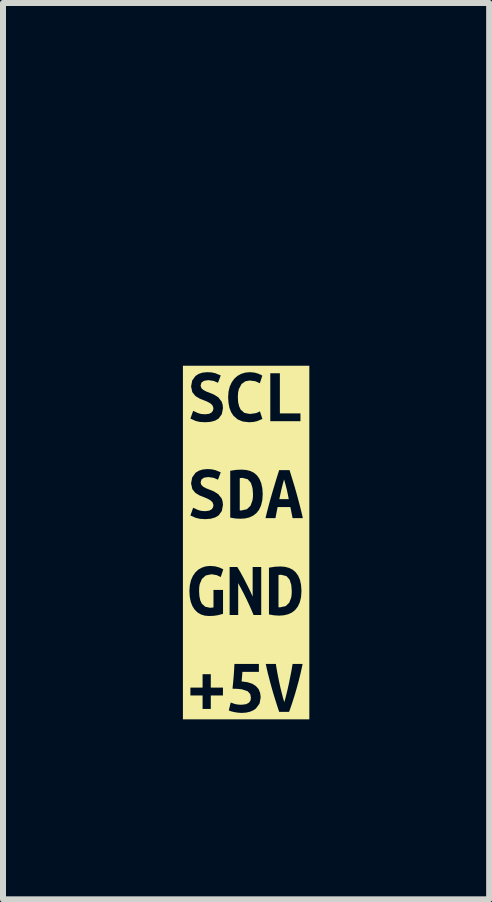
<source format=kicad_pcb>
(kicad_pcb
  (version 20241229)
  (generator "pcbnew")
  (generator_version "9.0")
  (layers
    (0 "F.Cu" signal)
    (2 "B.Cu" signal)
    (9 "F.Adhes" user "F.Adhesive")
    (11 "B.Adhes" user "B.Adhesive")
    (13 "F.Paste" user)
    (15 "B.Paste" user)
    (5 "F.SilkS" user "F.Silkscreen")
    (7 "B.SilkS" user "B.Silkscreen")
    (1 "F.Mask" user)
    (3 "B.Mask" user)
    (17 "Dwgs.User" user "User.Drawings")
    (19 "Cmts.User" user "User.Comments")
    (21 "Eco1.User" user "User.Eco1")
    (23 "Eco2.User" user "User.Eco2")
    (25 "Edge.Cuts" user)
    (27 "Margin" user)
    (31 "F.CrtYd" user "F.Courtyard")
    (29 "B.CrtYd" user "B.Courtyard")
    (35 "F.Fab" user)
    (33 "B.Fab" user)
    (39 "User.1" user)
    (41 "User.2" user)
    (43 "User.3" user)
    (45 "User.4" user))
  (footprint "kibuzzard-67A10623"
    (layer "F.Cu")
    (at 1.054 5.997)
    (property "Reference" "kibuzzard-67A10623" (at 0 -5.996 0) (layer "F.SilkS") (effects (font (size 0.001 0.001) (thickness 0.15))))
    (attr board_only exclude_from_pos_files exclude_from_bom)
    (fp_poly (pts (xy 0.633 -1.052) (xy 0.609 -0.966) (xy 0.589 -0.886) (xy 0.571 -0.806) (xy 0.554 -0.724) (xy 0.711 -0.724) (xy 0.695 -0.806) (xy 0.678 -0.886) (xy 0.657 -0.966) (xy 0.633 -1.052)) (stroke (width 0) (type solid)) (fill yes) (layer "F.SilkS"))
    (fp_poly (pts (xy -0.106 -0.536) (xy -0.092 -0.535) (xy -0.078 -0.535) (xy 0.014 -0.556) (xy 0.073 -0.613) (xy 0.105 -0.699) (xy 0.113 -0.751) (xy 0.115 -0.808) (xy 0.107 -0.909) (xy 0.08 -0.995) (xy 0.027 -1.055) (xy -0.059 -1.078) (xy -0.083 -1.077) (xy -0.106 -1.074) (xy -0.106 -0.536)) (stroke (width 0) (type solid)) (fill yes) (layer "F.SilkS"))
    (fp_poly (pts (xy 0.54 1.079) (xy 0.554 1.08) (xy 0.569 1.08) (xy 0.66 1.06) (xy 0.719 1.003) (xy 0.752 0.917) (xy 0.759 0.865) (xy 0.761 0.808) (xy 0.753 0.707) (xy 0.726 0.62) (xy 0.673 0.56) (xy 0.587 0.538) (xy 0.563 0.538) (xy 0.54 0.542) (xy 0.54 1.079)) (stroke (width 0) (type solid)) (fill yes) (layer "F.SilkS"))
    (fp_poly (pts (xy -0.946 -2.948) (xy -1.054 -2.948) (xy -1.054 2.948) (xy -0.946 2.948) (xy -0.589 2.948) (xy -0.589 2.775) (xy -0.726 2.775) (xy -0.726 2.55) (xy -0.929 2.55) (xy -0.929 2.419) (xy -0.726 2.419) (xy -0.726 2.195) (xy -0.619 2.195) (xy -0.619 1.225) (xy -0.69 1.219) (xy -0.754 1.199) (xy -0.81 1.166) (xy -0.857 1.12) (xy -0.895 1.061) (xy -0.923 0.989) (xy -0.94 0.905) (xy -0.946 0.808) (xy -0.939 0.712) (xy -0.919 0.627) (xy -0.887 0.556) (xy -0.845 0.496) (xy -0.795 0.45) (xy -0.735 0.417) (xy -0.681 0.4) (xy -0.681 -0.39) (xy -0.771 -0.396) (xy -0.84 -0.412) (xy -0.929 -0.451) (xy -0.883 -0.58) (xy -0.799 -0.542) (xy -0.746 -0.528) (xy -0.681 -0.523) (xy -0.615 -0.532) (xy -0.573 -0.555) (xy -0.551 -0.589) (xy -0.545 -0.627) (xy -0.56 -0.671) (xy -0.596 -0.705) (xy -0.645 -0.732) (xy -0.699 -0.755) (xy -0.774 -0.784) (xy -0.845 -0.827) (xy -0.897 -0.891) (xy -0.918 -0.986) (xy -0.899 -1.086) (xy -0.845 -1.162) (xy -0.79 -1.197) (xy -0.723 -1.218) (xy -0.681 -1.222) (xy -0.681 -2.006) (xy -0.771 -2.011) (xy -0.84 -2.027) (xy -0.929 -2.067) (xy -0.883 -2.196) (xy -0.799 -2.157) (xy -0.746 -2.143) (xy -0.681 -2.139) (xy -0.615 -2.147) (xy -0.573 -2.171) (xy -0.551 -2.204) (xy -0.545 -2.242) (xy -0.56 -2.286) (xy -0.596 -2.321) (xy -0.645 -2.348) (xy -0.699 -2.37) (xy -0.774 -2.4) (xy -0.845 -2.443) (xy -0.897 -2.507) (xy -0.918 -2.602) (xy -0.899 -2.702) (xy -0.845 -2.777) (xy -0.79 -2.813) (xy -0.723 -2.834) (xy -0.644 -2.841) (xy -0.575 -2.837) (xy -0.515 -2.824) (xy -0.423 -2.786) (xy -0.469 -2.664) (xy -0.541 -2.695) (xy -0.632 -2.708) (xy -0.702 -2.697) (xy -0.745 -2.667) (xy -0.759 -2.616) (xy -0.746 -2.575) (xy -0.713 -2.544) (xy -0.668 -2.52) (xy -0.618 -2.501) (xy -0.54 -2.469) (xy -0.465 -2.423) (xy -0.408 -2.35) (xy -0.392 -2.301) (xy -0.386 -2.241) (xy -0.405 -2.141) (xy -0.459 -2.067) (xy -0.517 -2.033) (xy -0.59 -2.013) (xy -0.681 -2.006) (xy -0.681 -1.222) (xy -0.644 -1.225) (xy -0.575 -1.221) (xy -0.515 -1.208) (xy -0.423 -1.171) (xy -0.469 -1.048) (xy -0.541 -1.079) (xy -0.632 -1.092) (xy -0.702 -1.082) (xy -0.745 -1.051) (xy -0.759 -1) (xy -0.746 -0.96) (xy -0.713 -0.929) (xy -0.668 -0.905) (xy -0.618 -0.885) (xy -0.54 -0.854) (xy -0.465 -0.807) (xy -0.408 -0.735) (xy -0.392 -0.686) (xy -0.386 -0.626) (xy -0.405 -0.526) (xy -0.459 -0.452) (xy -0.517 -0.418) (xy -0.59 -0.397) (xy -0.681 -0.39) (xy -0.681 0.4) (xy -0.67 0.397) (xy -0.6 0.39) (xy -0.516 0.397) (xy -0.452 0.414) (xy -0.408 0.433) (xy -0.381 0.448) (xy -0.423 0.575) (xy -0.492 0.543) (xy -0.578 0.529) (xy -0.673 0.549) (xy -0.737 0.607) (xy -0.774 0.695) (xy -0.782 0.748) (xy -0.784 0.808) (xy -0.779 0.895) (xy -0.764 0.965) (xy -0.739 1.019) (xy -0.683 1.07) (xy -0.606 1.087) (xy -0.575 1.086) (xy -0.544 1.082) (xy -0.544 0.79) (xy -0.385 0.79) (xy -0.385 1.189) (xy -0.474 1.212) (xy -0.54 1.222) (xy -0.619 1.225) (xy -0.619 2.195) (xy -0.589 2.195) (xy -0.589 2.419) (xy -0.386 2.419) (xy -0.386 2.55) (xy -0.589 2.55) (xy -0.589 2.775) (xy -0.589 2.948) (xy -0.074 2.948) (xy -0.074 2.841) (xy -0.137 2.837) (xy -0.199 2.827) (xy -0.253 2.814) (xy -0.289 2.799) (xy -0.257 2.668) (xy -0.185 2.693) (xy -0.135 2.702) (xy -0.075 2.705) (xy 0.002 2.695) (xy 0.05 2.668) (xy 0.074 2.631) (xy 0.08 2.589) (xy 0.069 2.527) (xy 0.025 2.479) (xy -0.068 2.448) (xy -0.139 2.44) (xy -0.227 2.437) (xy -0.216 2.33) (xy -0.207 2.225) (xy -0.2 2.123) (xy -0.195 2.024) (xy 0.124 2.024) (xy 0.124 1.208) (xy 0.087 1.12) (xy 0.047 1.031) (xy 0.006 0.943) (xy -0.038 0.854) (xy -0.084 0.766) (xy -0.132 0.677) (xy -0.132 1.208) (xy -0.275 1.208) (xy -0.275 0.408) (xy -0.147 0.408) (xy -0.111 0.468) (xy -0.094 0.497) (xy -0.094 -0.397) (xy -0.178 -0.401) (xy -0.265 -0.416) (xy -0.265 -1.197) (xy -0.163 -1.212) (xy -0.074 -1.216) (xy 0.002 -1.21) (xy 0.048 -1.199) (xy 0.048 -2.006) (xy -0.056 -2.018) (xy -0.142 -2.054) (xy -0.211 -2.114) (xy -0.25 -2.174) (xy -0.278 -2.246) (xy -0.294 -2.329) (xy -0.3 -2.423) (xy -0.293 -2.517) (xy -0.273 -2.6) (xy -0.24 -2.672) (xy -0.197 -2.732) (xy -0.144 -2.779) (xy -0.082 -2.813) (xy -0.012 -2.834) (xy 0.063 -2.841) (xy 0.14 -2.834) (xy 0.2 -2.817) (xy 0.244 -2.798) (xy 0.27 -2.783) (xy 0.229 -2.656) (xy 0.157 -2.689) (xy 0.061 -2.702) (xy -0.012 -2.689) (xy -0.076 -2.644) (xy -0.121 -2.559) (xy -0.134 -2.5) (xy -0.138 -2.427) (xy -0.133 -2.343) (xy -0.117 -2.273) (xy -0.091 -2.217) (xy -0.029 -2.162) (xy 0.063 -2.144) (xy 0.166 -2.158) (xy 0.231 -2.187) (xy 0.271 -2.061) (xy 0.18 -2.023) (xy 0.118 -2.01) (xy 0.048 -2.006) (xy 0.048 -1.199) (xy 0.07 -1.193) (xy 0.131 -1.163) (xy 0.181 -1.12) (xy 0.221 -1.063) (xy 0.251 -0.993) (xy 0.27 -0.908) (xy 0.277 -0.808) (xy 0.27 -0.705) (xy 0.249 -0.618) (xy 0.216 -0.547) (xy 0.172 -0.491) (xy 0.118 -0.449) (xy 0.055 -0.419) (xy -0.016 -0.402) (xy -0.094 -0.397) (xy -0.094 0.497) (xy -0.075 0.532) (xy -0.039 0.598) (xy -0.005 0.664) (xy 0.028 0.729) (xy 0.059 0.792) (xy 0.086 0.85) (xy 0.109 0.901) (xy 0.109 0.408) (xy 0.252 0.408) (xy 0.252 1.208) (xy 0.124 1.208) (xy 0.124 2.024) (xy 0.213 2.024) (xy 0.213 2.156) (xy -0.062 2.156) (xy -0.068 2.242) (xy -0.075 2.316) (xy 0.023 2.329) (xy 0.103 2.355) (xy 0.164 2.394) (xy 0.208 2.444) (xy 0.234 2.507) (xy 0.243 2.582) (xy 0.224 2.685) (xy 0.164 2.767) (xy 0.119 2.798) (xy 0.065 2.821) (xy 0.000323 2.836) (xy -0.074 2.841) (xy -0.074 2.948) (xy 0.552 2.948) (xy 0.552 2.824) (xy 0.52 2.729) (xy 0.486 2.622) (xy 0.463 2.547) (xy 0.441 2.473) (xy 0.42 2.398) (xy 0.4 2.325) (xy 0.382 2.254) (xy 0.364 2.187) (xy 0.343 2.096) (xy 0.328 2.024) (xy 0.496 2.024) (xy 0.506 2.091) (xy 0.52 2.168) (xy 0.536 2.251) (xy 0.552 2.328) (xy 0.552 1.219) (xy 0.468 1.214) (xy 0.381 1.199) (xy 0.381 0.419) (xy 0.483 0.403) (xy 0.573 0.399) (xy 0.648 0.405) (xy 0.717 0.423) (xy 0.775 0.452) (xy 0.775 -0.407) (xy 0.738 -0.592) (xy 0.525 -0.592) (xy 0.489 -0.407) (xy 0.323 -0.407) (xy 0.346 -0.5) (xy 0.369 -0.59) (xy 0.392 -0.676) (xy 0.415 -0.759) (xy 0.438 -0.838) (xy 0.467 -0.934) (xy 0.495 -1.028) (xy 0.523 -1.119) (xy 0.551 -1.207) (xy 0.724 -1.207) (xy 0.752 -1.118) (xy 0.78 -1.026) (xy 0.809 -0.931) (xy 0.837 -0.834) (xy 0.859 -0.754) (xy 0.881 -0.671) (xy 0.903 -0.586) (xy 0.906 -0.574) (xy 0.906 -2.023) (xy 0.403 -2.023) (xy 0.403 -2.823) (xy 0.563 -2.823) (xy 0.563 -2.154) (xy 0.906 -2.154) (xy 0.906 -2.023) (xy 0.906 -0.574) (xy 0.925 -0.498) (xy 0.946 -0.407) (xy 0.775 -0.407) (xy 0.775 0.452) (xy 0.777 0.453) (xy 0.827 0.496) (xy 0.867 0.552) (xy 0.898 0.622) (xy 0.916 0.707) (xy 0.923 0.808) (xy 0.916 0.911) (xy 0.895 0.997) (xy 0.862 1.068) (xy 0.818 1.124) (xy 0.764 1.167) (xy 0.701 1.196) (xy 0.63 1.213) (xy 0.552 1.219) (xy 0.552 2.328) (xy 0.554 2.337) (xy 0.573 2.424) (xy 0.594 2.509) (xy 0.615 2.589) (xy 0.636 2.661) (xy 0.657 2.59) (xy 0.677 2.511) (xy 0.697 2.425) (xy 0.716 2.339) (xy 0.733 2.253) (xy 0.75 2.169) (xy 0.764 2.091) (xy 0.775 2.024) (xy 0.942 2.024) (xy 0.925 2.106) (xy 0.904 2.197) (xy 0.88 2.295) (xy 0.852 2.398) (xy 0.832 2.469) (xy 0.811 2.54) (xy 0.788 2.613) (xy 0.765 2.685) (xy 0.741 2.755) (xy 0.716 2.824) (xy 0.552 2.824) (xy 0.552 2.948) (xy 0.946 2.948) (xy 1.054 2.948) (xy 1.054 -2.948) (xy 0.946 -2.948) (xy -0.946 -2.948)) (stroke (width 0) (type solid)) (fill yes) (layer "F.SilkS")))
  (gr_rect
    (start -3 -3)
    (end 5.107 11.946)
    (stroke (width 0.1) (type default))
    (fill no)
    (layer "Edge.Cuts")))
</source>
